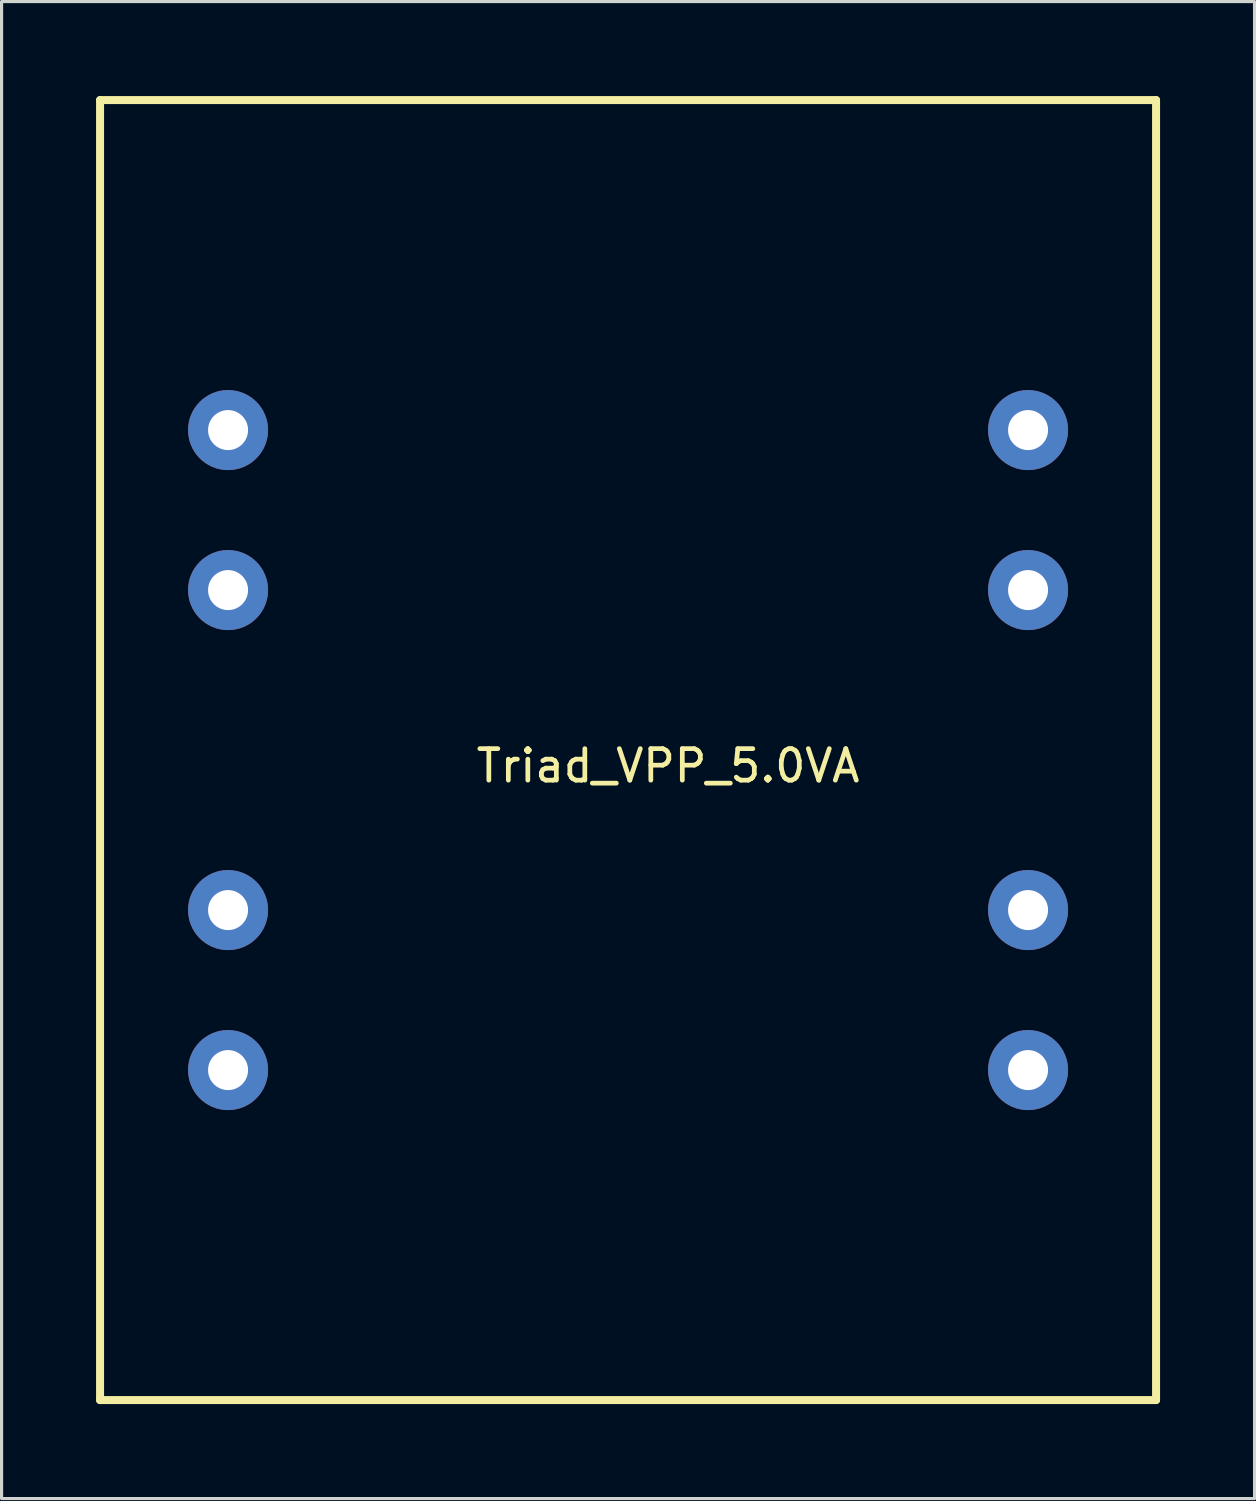
<source format=kicad_pcb>
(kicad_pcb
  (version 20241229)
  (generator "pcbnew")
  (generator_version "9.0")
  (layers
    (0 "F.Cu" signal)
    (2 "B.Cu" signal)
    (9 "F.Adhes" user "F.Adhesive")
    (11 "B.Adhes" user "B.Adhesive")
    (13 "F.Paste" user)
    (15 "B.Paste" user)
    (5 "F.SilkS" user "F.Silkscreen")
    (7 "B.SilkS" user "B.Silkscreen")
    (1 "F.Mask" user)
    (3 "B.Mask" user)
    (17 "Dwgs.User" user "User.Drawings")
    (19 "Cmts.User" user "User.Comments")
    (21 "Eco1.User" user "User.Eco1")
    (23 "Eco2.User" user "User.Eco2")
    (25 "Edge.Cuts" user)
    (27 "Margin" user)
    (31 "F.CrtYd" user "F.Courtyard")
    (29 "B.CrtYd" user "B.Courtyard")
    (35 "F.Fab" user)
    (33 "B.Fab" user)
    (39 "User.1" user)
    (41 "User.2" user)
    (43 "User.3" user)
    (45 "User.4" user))
  (footprint "Triad_VPP_5.0VA"
    (layer "F.Cu")
    (at 16.891 20.765)
    (property "Reference" "Triad_VPP_5.0VA" (at 1.27 0.5 0) (layer "F.SilkS") (effects (font (size 1 1) (thickness 0.15))))
    (attr through_hole)
    (fp_line (start -16.764 -20.637) (end 16.764 -20.637) (stroke (width 0.254) (type solid)) (layer "F.SilkS"))
    (fp_line (start -16.764 20.637) (end -16.764 -20.637) (stroke (width 0.254) (type solid)) (layer "F.SilkS"))
    (fp_line (start 16.764 -20.637) (end 16.764 20.637) (stroke (width 0.254) (type solid)) (layer "F.SilkS"))
    (fp_line (start 16.764 20.637) (end -16.764 20.637) (stroke (width 0.254) (type solid)) (layer "F.SilkS"))
    (pad "1" thru_hole circle (at -12.7 -10.16) (size 2.54 2.54) (drill 1.27) (layers "*.Cu" "*.Mask"))
    (pad "3" thru_hole circle (at -12.7 -5.08) (size 2.54 2.54) (drill 1.27) (layers "*.Cu" "*.Mask"))
    (pad "4" thru_hole circle (at -12.7 5.08) (size 2.54 2.54) (drill 1.27) (layers "*.Cu" "*.Mask"))
    (pad "6" thru_hole circle (at -12.7 10.16) (size 2.54 2.54) (drill 1.27) (layers "*.Cu" "*.Mask"))
    (pad "7" thru_hole circle (at 12.7 -10.16) (size 2.54 2.54) (drill 1.27) (layers "*.Cu" "*.Mask"))
    (pad "9" thru_hole circle (at 12.7 -5.08) (size 2.54 2.54) (drill 1.27) (layers "*.Cu" "*.Mask"))
    (pad "10" thru_hole circle (at 12.7 5.08) (size 2.54 2.54) (drill 1.27) (layers "*.Cu" "*.Mask"))
    (pad "12" thru_hole circle (at 12.7 10.16) (size 2.54 2.54) (drill 1.27) (layers "*.Cu" "*.Mask")))
  (gr_rect
    (start -3 -3)
    (end 36.782 44.529)
    (stroke (width 0.1) (type default))
    (fill no)
    (layer "Edge.Cuts")))
</source>
